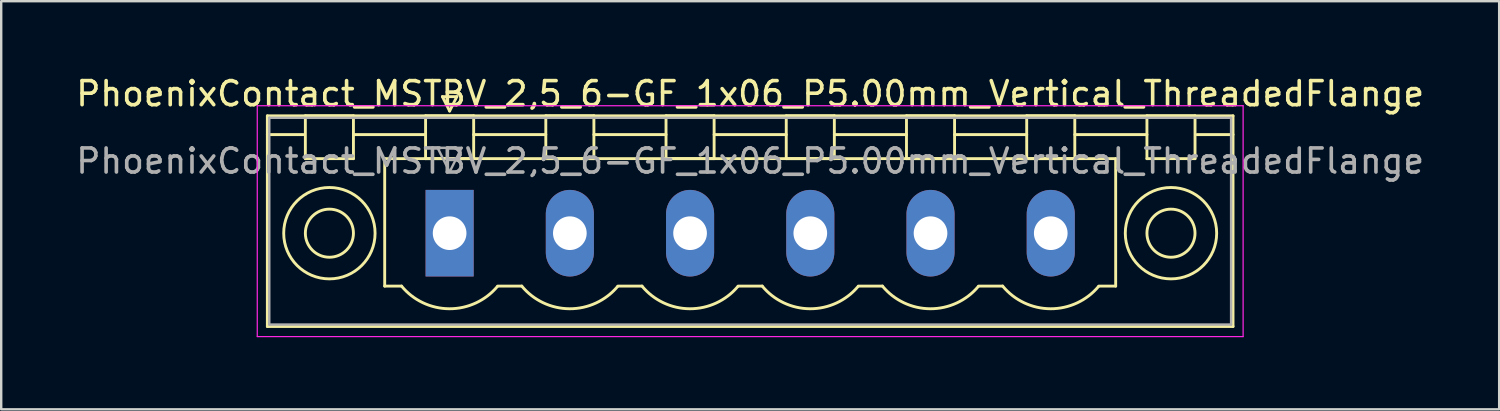
<source format=kicad_pcb>
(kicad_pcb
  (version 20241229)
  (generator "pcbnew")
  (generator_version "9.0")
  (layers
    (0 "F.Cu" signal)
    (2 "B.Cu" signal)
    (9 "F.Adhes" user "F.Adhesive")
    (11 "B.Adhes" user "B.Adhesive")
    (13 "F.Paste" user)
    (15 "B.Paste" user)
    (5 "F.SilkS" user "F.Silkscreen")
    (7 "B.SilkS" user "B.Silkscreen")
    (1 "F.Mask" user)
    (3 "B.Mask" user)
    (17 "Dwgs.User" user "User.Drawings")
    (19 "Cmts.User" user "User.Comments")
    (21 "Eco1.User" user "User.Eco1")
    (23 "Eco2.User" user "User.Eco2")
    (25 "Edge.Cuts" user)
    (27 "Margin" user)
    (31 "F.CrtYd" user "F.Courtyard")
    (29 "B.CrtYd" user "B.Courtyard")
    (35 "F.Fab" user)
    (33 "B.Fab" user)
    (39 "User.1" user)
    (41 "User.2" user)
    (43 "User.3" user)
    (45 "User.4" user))
  (footprint "PhoenixContact_MSTBV_2,5_6-GF_1x06_P5.00mm_Vertical_ThreadedFlange"
    (layer "F.Cu")
    (at 15.649 6.648)
    (property "Reference" "PhoenixContact_MSTBV_2,5_6-GF_1x06_P5.00mm_Vertical_ThreadedFlange" (at 12.5 -5.8 0) (layer "F.SilkS") (effects (font (size 1 1) (thickness 0.15))))
    (attr through_hole)
    (fp_line (start -7.58 -4.88) (end -7.58 3.88) (stroke (width 0.12) (type solid)) (layer "F.SilkS"))
    (fp_line (start -7.58 -4.1) (end -6.08 -4.1) (stroke (width 0.12) (type solid)) (layer "F.SilkS"))
    (fp_line (start -7.58 3.88) (end 32.58 3.88) (stroke (width 0.12) (type solid)) (layer "F.SilkS"))
    (fp_line (start -6 -4.88) (end -4 -4.88) (stroke (width 0.12) (type solid)) (layer "F.SilkS"))
    (fp_line (start -6 -3.1) (end -6 -4.88) (stroke (width 0.12) (type solid)) (layer "F.SilkS"))
    (fp_line (start -4 -4.88) (end -4 -3.1) (stroke (width 0.12) (type solid)) (layer "F.SilkS"))
    (fp_line (start -4 -4.1) (end -1 -4.1) (stroke (width 0.12) (type solid)) (layer "F.SilkS"))
    (fp_line (start -4 -3.1) (end -6 -3.1) (stroke (width 0.12) (type solid)) (layer "F.SilkS"))
    (fp_line (start -2.7 -3.1) (end 27.7 -3.1) (stroke (width 0.12) (type solid)) (layer "F.SilkS"))
    (fp_line (start -2.7 2.2) (end -2.7 -3.1) (stroke (width 0.12) (type solid)) (layer "F.SilkS"))
    (fp_line (start -2 2.2) (end -2.7 2.2) (stroke (width 0.12) (type solid)) (layer "F.SilkS"))
    (fp_line (start -1 -4.88) (end 1 -4.88) (stroke (width 0.12) (type solid)) (layer "F.SilkS"))
    (fp_line (start -1 -3.1) (end -1 -4.88) (stroke (width 0.12) (type solid)) (layer "F.SilkS"))
    (fp_line (start -0.3 -5.68) (end 0.3 -5.68) (stroke (width 0.12) (type solid)) (layer "F.SilkS"))
    (fp_line (start 0 -5.08) (end -0.3 -5.68) (stroke (width 0.12) (type solid)) (layer "F.SilkS"))
    (fp_line (start 0.3 -5.68) (end 0 -5.08) (stroke (width 0.12) (type solid)) (layer "F.SilkS"))
    (fp_line (start 1 -4.88) (end 1 -3.1) (stroke (width 0.12) (type solid)) (layer "F.SilkS"))
    (fp_line (start 1 -4.1) (end 4 -4.1) (stroke (width 0.12) (type solid)) (layer "F.SilkS"))
    (fp_line (start 1 -3.1) (end -1 -3.1) (stroke (width 0.12) (type solid)) (layer "F.SilkS"))
    (fp_line (start 2 2.2) (end 3 2.2) (stroke (width 0.12) (type solid)) (layer "F.SilkS"))
    (fp_line (start 4 -4.88) (end 6 -4.88) (stroke (width 0.12) (type solid)) (layer "F.SilkS"))
    (fp_line (start 4 -3.1) (end 4 -4.88) (stroke (width 0.12) (type solid)) (layer "F.SilkS"))
    (fp_line (start 6 -4.88) (end 6 -3.1) (stroke (width 0.12) (type solid)) (layer "F.SilkS"))
    (fp_line (start 6 -4.1) (end 9 -4.1) (stroke (width 0.12) (type solid)) (layer "F.SilkS"))
    (fp_line (start 6 -3.1) (end 4 -3.1) (stroke (width 0.12) (type solid)) (layer "F.SilkS"))
    (fp_line (start 7 2.2) (end 8 2.2) (stroke (width 0.12) (type solid)) (layer "F.SilkS"))
    (fp_line (start 9 -4.88) (end 11 -4.88) (stroke (width 0.12) (type solid)) (layer "F.SilkS"))
    (fp_line (start 9 -3.1) (end 9 -4.88) (stroke (width 0.12) (type solid)) (layer "F.SilkS"))
    (fp_line (start 11 -4.88) (end 11 -3.1) (stroke (width 0.12) (type solid)) (layer "F.SilkS"))
    (fp_line (start 11 -4.1) (end 14 -4.1) (stroke (width 0.12) (type solid)) (layer "F.SilkS"))
    (fp_line (start 11 -3.1) (end 9 -3.1) (stroke (width 0.12) (type solid)) (layer "F.SilkS"))
    (fp_line (start 12 2.2) (end 13 2.2) (stroke (width 0.12) (type solid)) (layer "F.SilkS"))
    (fp_line (start 14 -4.88) (end 16 -4.88) (stroke (width 0.12) (type solid)) (layer "F.SilkS"))
    (fp_line (start 14 -3.1) (end 14 -4.88) (stroke (width 0.12) (type solid)) (layer "F.SilkS"))
    (fp_line (start 16 -4.88) (end 16 -3.1) (stroke (width 0.12) (type solid)) (layer "F.SilkS"))
    (fp_line (start 16 -4.1) (end 19 -4.1) (stroke (width 0.12) (type solid)) (layer "F.SilkS"))
    (fp_line (start 16 -3.1) (end 14 -3.1) (stroke (width 0.12) (type solid)) (layer "F.SilkS"))
    (fp_line (start 17 2.2) (end 18 2.2) (stroke (width 0.12) (type solid)) (layer "F.SilkS"))
    (fp_line (start 19 -4.88) (end 21 -4.88) (stroke (width 0.12) (type solid)) (layer "F.SilkS"))
    (fp_line (start 19 -3.1) (end 19 -4.88) (stroke (width 0.12) (type solid)) (layer "F.SilkS"))
    (fp_line (start 21 -4.88) (end 21 -3.1) (stroke (width 0.12) (type solid)) (layer "F.SilkS"))
    (fp_line (start 21 -4.1) (end 24 -4.1) (stroke (width 0.12) (type solid)) (layer "F.SilkS"))
    (fp_line (start 21 -3.1) (end 19 -3.1) (stroke (width 0.12) (type solid)) (layer "F.SilkS"))
    (fp_line (start 22 2.2) (end 23 2.2) (stroke (width 0.12) (type solid)) (layer "F.SilkS"))
    (fp_line (start 24 -4.88) (end 26 -4.88) (stroke (width 0.12) (type solid)) (layer "F.SilkS"))
    (fp_line (start 24 -3.1) (end 24 -4.88) (stroke (width 0.12) (type solid)) (layer "F.SilkS"))
    (fp_line (start 26 -4.88) (end 26 -3.1) (stroke (width 0.12) (type solid)) (layer "F.SilkS"))
    (fp_line (start 26 -4.1) (end 29 -4.1) (stroke (width 0.12) (type solid)) (layer "F.SilkS"))
    (fp_line (start 26 -3.1) (end 24 -3.1) (stroke (width 0.12) (type solid)) (layer "F.SilkS"))
    (fp_line (start 27.7 -3.1) (end 27.7 2.2) (stroke (width 0.12) (type solid)) (layer "F.SilkS"))
    (fp_line (start 27.7 2.2) (end 27 2.2) (stroke (width 0.12) (type solid)) (layer "F.SilkS"))
    (fp_line (start 29 -4.88) (end 31 -4.88) (stroke (width 0.12) (type solid)) (layer "F.SilkS"))
    (fp_line (start 29 -3.1) (end 29 -4.88) (stroke (width 0.12) (type solid)) (layer "F.SilkS"))
    (fp_line (start 31 -4.88) (end 31 -3.1) (stroke (width 0.12) (type solid)) (layer "F.SilkS"))
    (fp_line (start 31 -3.1) (end 29 -3.1) (stroke (width 0.12) (type solid)) (layer "F.SilkS"))
    (fp_line (start 32.58 -4.88) (end -7.58 -4.88) (stroke (width 0.12) (type solid)) (layer "F.SilkS"))
    (fp_line (start 32.58 -4.1) (end 31.08 -4.1) (stroke (width 0.12) (type solid)) (layer "F.SilkS"))
    (fp_line (start 32.58 3.88) (end 32.58 -4.88) (stroke (width 0.12) (type solid)) (layer "F.SilkS"))
    (fp_arc (start 1.986842 2.215821) (mid -0.010289 3.142758) (end -2 2.2) (stroke (width 0.12) (type solid)) (layer "F.SilkS"))
    (fp_arc (start 6.986842 2.215821) (mid 4.989711 3.142758) (end 3 2.2) (stroke (width 0.12) (type solid)) (layer "F.SilkS"))
    (fp_arc (start 11.986842 2.215821) (mid 9.989711 3.142758) (end 8 2.2) (stroke (width 0.12) (type solid)) (layer "F.SilkS"))
    (fp_arc (start 16.986842 2.215821) (mid 14.989711 3.142758) (end 13 2.2) (stroke (width 0.12) (type solid)) (layer "F.SilkS"))
    (fp_arc (start 21.986842 2.215821) (mid 19.989711 3.142758) (end 18 2.2) (stroke (width 0.12) (type solid)) (layer "F.SilkS"))
    (fp_arc (start 26.986842 2.215821) (mid 24.989711 3.142758) (end 23 2.2) (stroke (width 0.12) (type solid)) (layer "F.SilkS"))
    (fp_circle (center -5 0) (end -4 0) (stroke (width 0.12) (type solid)) (fill no) (layer "F.SilkS"))
    (fp_circle (center -5 0) (end -3.1 0) (stroke (width 0.12) (type solid)) (fill no) (layer "F.SilkS"))
    (fp_circle (center 30 0) (end 31 0) (stroke (width 0.12) (type solid)) (fill no) (layer "F.SilkS"))
    (fp_circle (center 30 0) (end 31.9 0) (stroke (width 0.12) (type solid)) (fill no) (layer "F.SilkS"))
    (fp_line (start -8 -5.3) (end -8 4.3) (stroke (width 0.05) (type solid)) (layer "F.CrtYd"))
    (fp_line (start -8 4.3) (end 33 4.3) (stroke (width 0.05) (type solid)) (layer "F.CrtYd"))
    (fp_line (start 33 -5.3) (end -8 -5.3) (stroke (width 0.05) (type solid)) (layer "F.CrtYd"))
    (fp_line (start 33 4.3) (end 33 -5.3) (stroke (width 0.05) (type solid)) (layer "F.CrtYd"))
    (fp_line (start -7.5 -4.8) (end -7.5 3.8) (stroke (width 0.1) (type solid)) (layer "F.Fab"))
    (fp_line (start -7.5 3.8) (end 32.5 3.8) (stroke (width 0.1) (type solid)) (layer "F.Fab"))
    (fp_line (start -0.5 -3.55) (end 0.5 -3.55) (stroke (width 0.1) (type solid)) (layer "F.Fab"))
    (fp_line (start 0 -2.55) (end -0.5 -3.55) (stroke (width 0.1) (type solid)) (layer "F.Fab"))
    (fp_line (start 0.5 -3.55) (end 0 -2.55) (stroke (width 0.1) (type solid)) (layer "F.Fab"))
    (fp_line (start 32.5 -4.8) (end -7.5 -4.8) (stroke (width 0.1) (type solid)) (layer "F.Fab"))
    (fp_line (start 32.5 3.8) (end 32.5 -4.8) (stroke (width 0.1) (type solid)) (layer "F.Fab"))
    (fp_text user "${REFERENCE}" (at 12.5 -3 0) (layer "F.Fab") (effects (font (size 1 1) (thickness 0.15))))
    (pad "1" thru_hole rect (at 0 0) (size 2 3.6) (drill 1.4) (layers "*.Cu" "*.Mask"))
    (pad "2" thru_hole oval (at 5 0) (size 2 3.6) (drill 1.4) (layers "*.Cu" "*.Mask"))
    (pad "3" thru_hole oval (at 10 0) (size 2 3.6) (drill 1.4) (layers "*.Cu" "*.Mask"))
    (pad "4" thru_hole oval (at 15 0) (size 2 3.6) (drill 1.4) (layers "*.Cu" "*.Mask"))
    (pad "5" thru_hole oval (at 20 0) (size 2 3.6) (drill 1.4) (layers "*.Cu" "*.Mask"))
    (pad "6" thru_hole oval (at 25 0) (size 2 3.6) (drill 1.4) (layers "*.Cu" "*.Mask")))
  (gr_rect
    (start -3 -3)
    (end 59.298 13.973)
    (stroke (width 0.1) (type default))
    (fill no)
    (layer "Edge.Cuts")))
</source>
